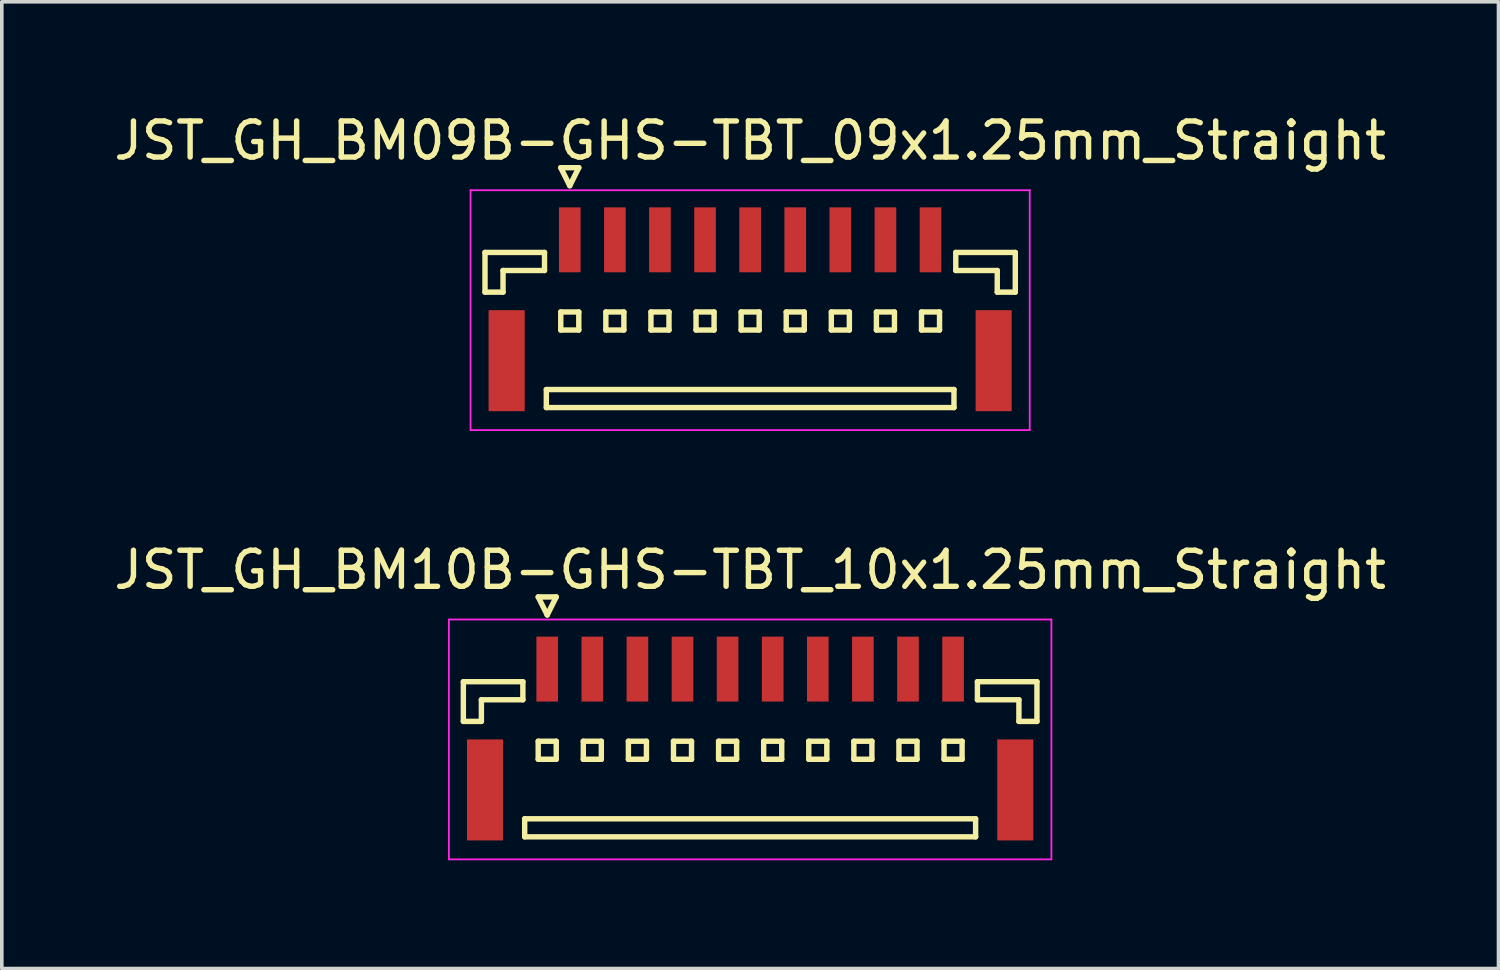
<source format=kicad_pcb>
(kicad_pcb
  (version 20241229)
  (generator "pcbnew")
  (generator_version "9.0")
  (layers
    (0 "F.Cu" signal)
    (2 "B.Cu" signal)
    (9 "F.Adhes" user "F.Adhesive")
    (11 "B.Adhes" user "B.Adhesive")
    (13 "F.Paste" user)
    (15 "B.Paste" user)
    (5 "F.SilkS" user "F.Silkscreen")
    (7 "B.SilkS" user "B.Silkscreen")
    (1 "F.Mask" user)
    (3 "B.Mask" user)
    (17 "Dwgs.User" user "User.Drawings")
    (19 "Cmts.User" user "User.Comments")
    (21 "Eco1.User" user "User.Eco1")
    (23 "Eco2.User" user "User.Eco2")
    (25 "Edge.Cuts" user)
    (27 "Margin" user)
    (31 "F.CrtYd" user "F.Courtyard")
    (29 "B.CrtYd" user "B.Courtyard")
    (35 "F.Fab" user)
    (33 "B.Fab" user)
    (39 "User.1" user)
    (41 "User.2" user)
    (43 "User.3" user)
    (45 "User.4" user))
  (footprint "JST_GH_BM10B-GHS-TBT_10x1.25mm_Straight"
    (layer "F.Cu")
    (at 17.744 17.172)
    (property "Reference" "JST_GH_BM10B-GHS-TBT_10x1.25mm_Straight" (at 0 -4.425 0) (layer "F.SilkS") (effects (font (size 1 1) (thickness 0.15))))
    (attr smd)
    (fp_line (start -7.95 -1.325) (end -6.3 -1.325) (stroke (width 0.15) (type solid)) (layer "F.SilkS"))
    (fp_line (start -7.95 -0.225) (end -7.95 -1.325) (stroke (width 0.15) (type solid)) (layer "F.SilkS"))
    (fp_line (start -7.45 -0.825) (end -7.45 -0.225) (stroke (width 0.15) (type solid)) (layer "F.SilkS"))
    (fp_line (start -7.45 -0.225) (end -7.95 -0.225) (stroke (width 0.15) (type solid)) (layer "F.SilkS"))
    (fp_line (start -6.3 -1.325) (end -6.3 -0.825) (stroke (width 0.15) (type solid)) (layer "F.SilkS"))
    (fp_line (start -6.3 -0.825) (end -7.45 -0.825) (stroke (width 0.15) (type solid)) (layer "F.SilkS"))
    (fp_line (start -6.25 2.475) (end -6.25 2.975) (stroke (width 0.15) (type solid)) (layer "F.SilkS"))
    (fp_line (start -6.25 2.975) (end 6.25 2.975) (stroke (width 0.15) (type solid)) (layer "F.SilkS"))
    (fp_line (start -5.875 -3.675) (end -5.375 -3.675) (stroke (width 0.15) (type solid)) (layer "F.SilkS"))
    (fp_line (start -5.875 0.325) (end -5.875 0.825) (stroke (width 0.15) (type solid)) (layer "F.SilkS"))
    (fp_line (start -5.875 0.825) (end -5.375 0.825) (stroke (width 0.15) (type solid)) (layer "F.SilkS"))
    (fp_line (start -5.625 -3.175) (end -5.875 -3.675) (stroke (width 0.15) (type solid)) (layer "F.SilkS"))
    (fp_line (start -5.375 -3.675) (end -5.625 -3.175) (stroke (width 0.15) (type solid)) (layer "F.SilkS"))
    (fp_line (start -5.375 0.325) (end -5.875 0.325) (stroke (width 0.15) (type solid)) (layer "F.SilkS"))
    (fp_line (start -5.375 0.825) (end -5.375 0.325) (stroke (width 0.15) (type solid)) (layer "F.SilkS"))
    (fp_line (start -4.625 0.325) (end -4.625 0.825) (stroke (width 0.15) (type solid)) (layer "F.SilkS"))
    (fp_line (start -4.625 0.825) (end -4.125 0.825) (stroke (width 0.15) (type solid)) (layer "F.SilkS"))
    (fp_line (start -4.125 0.325) (end -4.625 0.325) (stroke (width 0.15) (type solid)) (layer "F.SilkS"))
    (fp_line (start -4.125 0.825) (end -4.125 0.325) (stroke (width 0.15) (type solid)) (layer "F.SilkS"))
    (fp_line (start -3.375 0.325) (end -3.375 0.825) (stroke (width 0.15) (type solid)) (layer "F.SilkS"))
    (fp_line (start -3.375 0.825) (end -2.875 0.825) (stroke (width 0.15) (type solid)) (layer "F.SilkS"))
    (fp_line (start -2.875 0.325) (end -3.375 0.325) (stroke (width 0.15) (type solid)) (layer "F.SilkS"))
    (fp_line (start -2.875 0.825) (end -2.875 0.325) (stroke (width 0.15) (type solid)) (layer "F.SilkS"))
    (fp_line (start -2.125 0.325) (end -2.125 0.825) (stroke (width 0.15) (type solid)) (layer "F.SilkS"))
    (fp_line (start -2.125 0.825) (end -1.625 0.825) (stroke (width 0.15) (type solid)) (layer "F.SilkS"))
    (fp_line (start -1.625 0.325) (end -2.125 0.325) (stroke (width 0.15) (type solid)) (layer "F.SilkS"))
    (fp_line (start -1.625 0.825) (end -1.625 0.325) (stroke (width 0.15) (type solid)) (layer "F.SilkS"))
    (fp_line (start -0.875 0.325) (end -0.875 0.825) (stroke (width 0.15) (type solid)) (layer "F.SilkS"))
    (fp_line (start -0.875 0.825) (end -0.375 0.825) (stroke (width 0.15) (type solid)) (layer "F.SilkS"))
    (fp_line (start -0.375 0.325) (end -0.875 0.325) (stroke (width 0.15) (type solid)) (layer "F.SilkS"))
    (fp_line (start -0.375 0.825) (end -0.375 0.325) (stroke (width 0.15) (type solid)) (layer "F.SilkS"))
    (fp_line (start 0.375 0.325) (end 0.375 0.825) (stroke (width 0.15) (type solid)) (layer "F.SilkS"))
    (fp_line (start 0.375 0.825) (end 0.875 0.825) (stroke (width 0.15) (type solid)) (layer "F.SilkS"))
    (fp_line (start 0.875 0.325) (end 0.375 0.325) (stroke (width 0.15) (type solid)) (layer "F.SilkS"))
    (fp_line (start 0.875 0.825) (end 0.875 0.325) (stroke (width 0.15) (type solid)) (layer "F.SilkS"))
    (fp_line (start 1.625 0.325) (end 1.625 0.825) (stroke (width 0.15) (type solid)) (layer "F.SilkS"))
    (fp_line (start 1.625 0.825) (end 2.125 0.825) (stroke (width 0.15) (type solid)) (layer "F.SilkS"))
    (fp_line (start 2.125 0.325) (end 1.625 0.325) (stroke (width 0.15) (type solid)) (layer "F.SilkS"))
    (fp_line (start 2.125 0.825) (end 2.125 0.325) (stroke (width 0.15) (type solid)) (layer "F.SilkS"))
    (fp_line (start 2.875 0.325) (end 2.875 0.825) (stroke (width 0.15) (type solid)) (layer "F.SilkS"))
    (fp_line (start 2.875 0.825) (end 3.375 0.825) (stroke (width 0.15) (type solid)) (layer "F.SilkS"))
    (fp_line (start 3.375 0.325) (end 2.875 0.325) (stroke (width 0.15) (type solid)) (layer "F.SilkS"))
    (fp_line (start 3.375 0.825) (end 3.375 0.325) (stroke (width 0.15) (type solid)) (layer "F.SilkS"))
    (fp_line (start 4.125 0.325) (end 4.125 0.825) (stroke (width 0.15) (type solid)) (layer "F.SilkS"))
    (fp_line (start 4.125 0.825) (end 4.625 0.825) (stroke (width 0.15) (type solid)) (layer "F.SilkS"))
    (fp_line (start 4.625 0.325) (end 4.125 0.325) (stroke (width 0.15) (type solid)) (layer "F.SilkS"))
    (fp_line (start 4.625 0.825) (end 4.625 0.325) (stroke (width 0.15) (type solid)) (layer "F.SilkS"))
    (fp_line (start 5.375 0.325) (end 5.375 0.825) (stroke (width 0.15) (type solid)) (layer "F.SilkS"))
    (fp_line (start 5.375 0.825) (end 5.875 0.825) (stroke (width 0.15) (type solid)) (layer "F.SilkS"))
    (fp_line (start 5.875 0.325) (end 5.375 0.325) (stroke (width 0.15) (type solid)) (layer "F.SilkS"))
    (fp_line (start 5.875 0.825) (end 5.875 0.325) (stroke (width 0.15) (type solid)) (layer "F.SilkS"))
    (fp_line (start 6.25 2.475) (end -6.25 2.475) (stroke (width 0.15) (type solid)) (layer "F.SilkS"))
    (fp_line (start 6.25 2.975) (end 6.25 2.475) (stroke (width 0.15) (type solid)) (layer "F.SilkS"))
    (fp_line (start 6.3 -1.325) (end 6.3 -0.825) (stroke (width 0.15) (type solid)) (layer "F.SilkS"))
    (fp_line (start 6.3 -0.825) (end 7.45 -0.825) (stroke (width 0.15) (type solid)) (layer "F.SilkS"))
    (fp_line (start 7.45 -0.825) (end 7.45 -0.225) (stroke (width 0.15) (type solid)) (layer "F.SilkS"))
    (fp_line (start 7.45 -0.225) (end 7.95 -0.225) (stroke (width 0.15) (type solid)) (layer "F.SilkS"))
    (fp_line (start 7.95 -1.325) (end 6.3 -1.325) (stroke (width 0.15) (type solid)) (layer "F.SilkS"))
    (fp_line (start 7.95 -0.225) (end 7.95 -1.325) (stroke (width 0.15) (type solid)) (layer "F.SilkS"))
    (fp_line (start -8.35 -3.05) (end -8.35 3.6) (stroke (width 0.05) (type solid)) (layer "F.CrtYd"))
    (fp_line (start -8.35 3.6) (end 8.35 3.6) (stroke (width 0.05) (type solid)) (layer "F.CrtYd"))
    (fp_line (start 8.35 -3.05) (end -8.35 -3.05) (stroke (width 0.05) (type solid)) (layer "F.CrtYd"))
    (fp_line (start 8.35 3.6) (end 8.35 -3.05) (stroke (width 0.05) (type solid)) (layer "F.CrtYd"))
    (pad "" smd rect (at -7.35 1.675) (size 1 2.8) (layers "F.Cu" "F.Mask" "F.Paste"))
    (pad "" smd rect (at 7.35 1.675) (size 1 2.8) (layers "F.Cu" "F.Mask" "F.Paste"))
    (pad "1" smd rect (at -5.625 -1.675) (size 0.6 1.8) (layers "F.Cu" "F.Mask" "F.Paste"))
    (pad "2" smd rect (at -4.375 -1.675) (size 0.6 1.8) (layers "F.Cu" "F.Mask" "F.Paste"))
    (pad "3" smd rect (at -3.125 -1.675) (size 0.6 1.8) (layers "F.Cu" "F.Mask" "F.Paste"))
    (pad "4" smd rect (at -1.875 -1.675) (size 0.6 1.8) (layers "F.Cu" "F.Mask" "F.Paste"))
    (pad "5" smd rect (at -0.625 -1.675) (size 0.6 1.8) (layers "F.Cu" "F.Mask" "F.Paste"))
    (pad "6" smd rect (at 0.625 -1.675) (size 0.6 1.8) (layers "F.Cu" "F.Mask" "F.Paste"))
    (pad "7" smd rect (at 1.875 -1.675) (size 0.6 1.8) (layers "F.Cu" "F.Mask" "F.Paste"))
    (pad "8" smd rect (at 3.125 -1.675) (size 0.6 1.8) (layers "F.Cu" "F.Mask" "F.Paste"))
    (pad "9" smd rect (at 4.375 -1.675) (size 0.6 1.8) (layers "F.Cu" "F.Mask" "F.Paste"))
    (pad "10" smd rect (at 5.625 -1.675) (size 0.6 1.8) (layers "F.Cu" "F.Mask" "F.Paste")))
  (footprint "JST_GH_BM09B-GHS-TBT_09x1.25mm_Straight"
    (layer "F.Cu")
    (at 17.744 5.273)
    (property "Reference" "JST_GH_BM09B-GHS-TBT_09x1.25mm_Straight" (at 0 -4.425 0) (layer "F.SilkS") (effects (font (size 1 1) (thickness 0.15))))
    (attr smd)
    (fp_line (start -7.35 -1.325) (end -5.7 -1.325) (stroke (width 0.15) (type solid)) (layer "F.SilkS"))
    (fp_line (start -7.35 -0.225) (end -7.35 -1.325) (stroke (width 0.15) (type solid)) (layer "F.SilkS"))
    (fp_line (start -6.85 -0.825) (end -6.85 -0.225) (stroke (width 0.15) (type solid)) (layer "F.SilkS"))
    (fp_line (start -6.85 -0.225) (end -7.35 -0.225) (stroke (width 0.15) (type solid)) (layer "F.SilkS"))
    (fp_line (start -5.7 -1.325) (end -5.7 -0.825) (stroke (width 0.15) (type solid)) (layer "F.SilkS"))
    (fp_line (start -5.7 -0.825) (end -6.85 -0.825) (stroke (width 0.15) (type solid)) (layer "F.SilkS"))
    (fp_line (start -5.65 2.475) (end -5.65 2.975) (stroke (width 0.15) (type solid)) (layer "F.SilkS"))
    (fp_line (start -5.65 2.975) (end 5.65 2.975) (stroke (width 0.15) (type solid)) (layer "F.SilkS"))
    (fp_line (start -5.25 -3.675) (end -4.75 -3.675) (stroke (width 0.15) (type solid)) (layer "F.SilkS"))
    (fp_line (start -5.25 0.325) (end -5.25 0.825) (stroke (width 0.15) (type solid)) (layer "F.SilkS"))
    (fp_line (start -5.25 0.825) (end -4.75 0.825) (stroke (width 0.15) (type solid)) (layer "F.SilkS"))
    (fp_line (start -5 -3.175) (end -5.25 -3.675) (stroke (width 0.15) (type solid)) (layer "F.SilkS"))
    (fp_line (start -4.75 -3.675) (end -5 -3.175) (stroke (width 0.15) (type solid)) (layer "F.SilkS"))
    (fp_line (start -4.75 0.325) (end -5.25 0.325) (stroke (width 0.15) (type solid)) (layer "F.SilkS"))
    (fp_line (start -4.75 0.825) (end -4.75 0.325) (stroke (width 0.15) (type solid)) (layer "F.SilkS"))
    (fp_line (start -4 0.325) (end -4 0.825) (stroke (width 0.15) (type solid)) (layer "F.SilkS"))
    (fp_line (start -4 0.825) (end -3.5 0.825) (stroke (width 0.15) (type solid)) (layer "F.SilkS"))
    (fp_line (start -3.5 0.325) (end -4 0.325) (stroke (width 0.15) (type solid)) (layer "F.SilkS"))
    (fp_line (start -3.5 0.825) (end -3.5 0.325) (stroke (width 0.15) (type solid)) (layer "F.SilkS"))
    (fp_line (start -2.75 0.325) (end -2.75 0.825) (stroke (width 0.15) (type solid)) (layer "F.SilkS"))
    (fp_line (start -2.75 0.825) (end -2.25 0.825) (stroke (width 0.15) (type solid)) (layer "F.SilkS"))
    (fp_line (start -2.25 0.325) (end -2.75 0.325) (stroke (width 0.15) (type solid)) (layer "F.SilkS"))
    (fp_line (start -2.25 0.825) (end -2.25 0.325) (stroke (width 0.15) (type solid)) (layer "F.SilkS"))
    (fp_line (start -1.5 0.325) (end -1.5 0.825) (stroke (width 0.15) (type solid)) (layer "F.SilkS"))
    (fp_line (start -1.5 0.825) (end -1 0.825) (stroke (width 0.15) (type solid)) (layer "F.SilkS"))
    (fp_line (start -1 0.325) (end -1.5 0.325) (stroke (width 0.15) (type solid)) (layer "F.SilkS"))
    (fp_line (start -1 0.825) (end -1 0.325) (stroke (width 0.15) (type solid)) (layer "F.SilkS"))
    (fp_line (start -0.25 0.325) (end -0.25 0.825) (stroke (width 0.15) (type solid)) (layer "F.SilkS"))
    (fp_line (start -0.25 0.825) (end 0.25 0.825) (stroke (width 0.15) (type solid)) (layer "F.SilkS"))
    (fp_line (start 0.25 0.325) (end -0.25 0.325) (stroke (width 0.15) (type solid)) (layer "F.SilkS"))
    (fp_line (start 0.25 0.825) (end 0.25 0.325) (stroke (width 0.15) (type solid)) (layer "F.SilkS"))
    (fp_line (start 1 0.325) (end 1 0.825) (stroke (width 0.15) (type solid)) (layer "F.SilkS"))
    (fp_line (start 1 0.825) (end 1.5 0.825) (stroke (width 0.15) (type solid)) (layer "F.SilkS"))
    (fp_line (start 1.5 0.325) (end 1 0.325) (stroke (width 0.15) (type solid)) (layer "F.SilkS"))
    (fp_line (start 1.5 0.825) (end 1.5 0.325) (stroke (width 0.15) (type solid)) (layer "F.SilkS"))
    (fp_line (start 2.25 0.325) (end 2.25 0.825) (stroke (width 0.15) (type solid)) (layer "F.SilkS"))
    (fp_line (start 2.25 0.825) (end 2.75 0.825) (stroke (width 0.15) (type solid)) (layer "F.SilkS"))
    (fp_line (start 2.75 0.325) (end 2.25 0.325) (stroke (width 0.15) (type solid)) (layer "F.SilkS"))
    (fp_line (start 2.75 0.825) (end 2.75 0.325) (stroke (width 0.15) (type solid)) (layer "F.SilkS"))
    (fp_line (start 3.5 0.325) (end 3.5 0.825) (stroke (width 0.15) (type solid)) (layer "F.SilkS"))
    (fp_line (start 3.5 0.825) (end 4 0.825) (stroke (width 0.15) (type solid)) (layer "F.SilkS"))
    (fp_line (start 4 0.325) (end 3.5 0.325) (stroke (width 0.15) (type solid)) (layer "F.SilkS"))
    (fp_line (start 4 0.825) (end 4 0.325) (stroke (width 0.15) (type solid)) (layer "F.SilkS"))
    (fp_line (start 4.75 0.325) (end 4.75 0.825) (stroke (width 0.15) (type solid)) (layer "F.SilkS"))
    (fp_line (start 4.75 0.825) (end 5.25 0.825) (stroke (width 0.15) (type solid)) (layer "F.SilkS"))
    (fp_line (start 5.25 0.325) (end 4.75 0.325) (stroke (width 0.15) (type solid)) (layer "F.SilkS"))
    (fp_line (start 5.25 0.825) (end 5.25 0.325) (stroke (width 0.15) (type solid)) (layer "F.SilkS"))
    (fp_line (start 5.65 2.475) (end -5.65 2.475) (stroke (width 0.15) (type solid)) (layer "F.SilkS"))
    (fp_line (start 5.65 2.975) (end 5.65 2.475) (stroke (width 0.15) (type solid)) (layer "F.SilkS"))
    (fp_line (start 5.7 -1.325) (end 5.7 -0.825) (stroke (width 0.15) (type solid)) (layer "F.SilkS"))
    (fp_line (start 5.7 -0.825) (end 6.85 -0.825) (stroke (width 0.15) (type solid)) (layer "F.SilkS"))
    (fp_line (start 6.85 -0.825) (end 6.85 -0.225) (stroke (width 0.15) (type solid)) (layer "F.SilkS"))
    (fp_line (start 6.85 -0.225) (end 7.35 -0.225) (stroke (width 0.15) (type solid)) (layer "F.SilkS"))
    (fp_line (start 7.35 -1.325) (end 5.7 -1.325) (stroke (width 0.15) (type solid)) (layer "F.SilkS"))
    (fp_line (start 7.35 -0.225) (end 7.35 -1.325) (stroke (width 0.15) (type solid)) (layer "F.SilkS"))
    (fp_line (start -7.75 -3.05) (end -7.75 3.6) (stroke (width 0.05) (type solid)) (layer "F.CrtYd"))
    (fp_line (start -7.75 3.6) (end 7.75 3.6) (stroke (width 0.05) (type solid)) (layer "F.CrtYd"))
    (fp_line (start 7.75 -3.05) (end -7.75 -3.05) (stroke (width 0.05) (type solid)) (layer "F.CrtYd"))
    (fp_line (start 7.75 3.6) (end 7.75 -3.05) (stroke (width 0.05) (type solid)) (layer "F.CrtYd"))
    (pad "" smd rect (at -6.75 1.675) (size 1 2.8) (layers "F.Cu" "F.Mask" "F.Paste"))
    (pad "" smd rect (at 6.75 1.675) (size 1 2.8) (layers "F.Cu" "F.Mask" "F.Paste"))
    (pad "1" smd rect (at -5 -1.675) (size 0.6 1.8) (layers "F.Cu" "F.Mask" "F.Paste"))
    (pad "2" smd rect (at -3.75 -1.675) (size 0.6 1.8) (layers "F.Cu" "F.Mask" "F.Paste"))
    (pad "3" smd rect (at -2.5 -1.675) (size 0.6 1.8) (layers "F.Cu" "F.Mask" "F.Paste"))
    (pad "4" smd rect (at -1.25 -1.675) (size 0.6 1.8) (layers "F.Cu" "F.Mask" "F.Paste"))
    (pad "5" smd rect (at 0 -1.675) (size 0.6 1.8) (layers "F.Cu" "F.Mask" "F.Paste"))
    (pad "6" smd rect (at 1.25 -1.675) (size 0.6 1.8) (layers "F.Cu" "F.Mask" "F.Paste"))
    (pad "7" smd rect (at 2.5 -1.675) (size 0.6 1.8) (layers "F.Cu" "F.Mask" "F.Paste"))
    (pad "8" smd rect (at 3.75 -1.675) (size 0.6 1.8) (layers "F.Cu" "F.Mask" "F.Paste"))
    (pad "9" smd rect (at 5 -1.675) (size 0.6 1.8) (layers "F.Cu" "F.Mask" "F.Paste")))
  (gr_rect
    (start -3 -3)
    (end 38.488 23.797)
    (stroke (width 0.1) (type default))
    (fill no)
    (layer "Edge.Cuts")))
</source>
